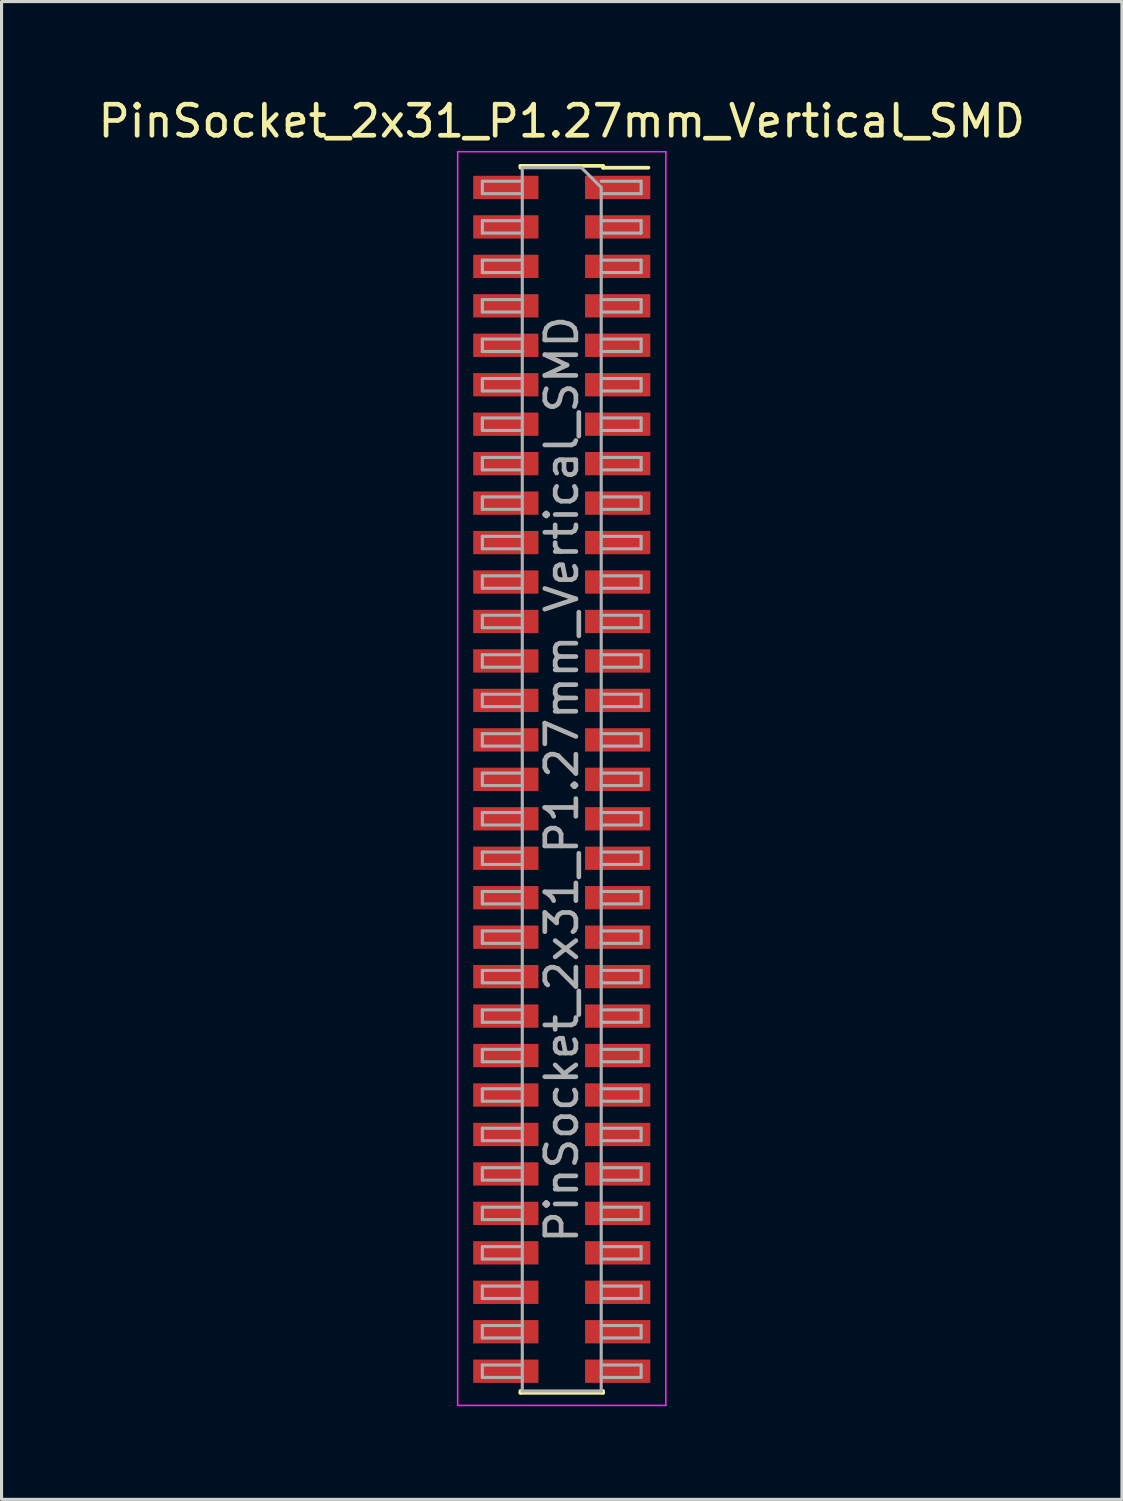
<source format=kicad_pcb>
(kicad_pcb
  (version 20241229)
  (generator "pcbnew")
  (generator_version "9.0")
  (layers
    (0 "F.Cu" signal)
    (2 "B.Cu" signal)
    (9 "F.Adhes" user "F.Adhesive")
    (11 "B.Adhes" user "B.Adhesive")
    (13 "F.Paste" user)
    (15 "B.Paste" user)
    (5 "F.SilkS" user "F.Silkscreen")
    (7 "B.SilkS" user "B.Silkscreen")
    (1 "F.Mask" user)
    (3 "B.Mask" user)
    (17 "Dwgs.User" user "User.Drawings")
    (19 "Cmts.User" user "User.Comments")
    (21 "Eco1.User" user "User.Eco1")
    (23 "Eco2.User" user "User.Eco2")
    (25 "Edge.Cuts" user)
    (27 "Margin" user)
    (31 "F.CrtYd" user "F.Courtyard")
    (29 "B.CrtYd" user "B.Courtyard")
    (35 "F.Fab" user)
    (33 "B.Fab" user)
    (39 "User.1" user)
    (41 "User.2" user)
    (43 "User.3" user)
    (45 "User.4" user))
  (footprint "PinSocket_2x31_P1.27mm_Vertical_SMD"
    (layer "F.Cu")
    (at 15.03 22.033)
    (property "Reference" "PinSocket_2x31_P1.27mm_Vertical_SMD" (at 0 -21.185 0) (layer "F.SilkS") (effects (font (size 1 1) (thickness 0.15))))
    (attr smd)
    (fp_line (start -1.33 -19.745) (end -1.33 -19.685) (stroke (width 0.12) (type solid)) (layer "F.SilkS"))
    (fp_line (start -1.33 -19.745) (end 1.33 -19.745) (stroke (width 0.12) (type solid)) (layer "F.SilkS"))
    (fp_line (start -1.33 19.685) (end -1.33 19.745) (stroke (width 0.12) (type solid)) (layer "F.SilkS"))
    (fp_line (start -1.33 19.745) (end 1.33 19.745) (stroke (width 0.12) (type solid)) (layer "F.SilkS"))
    (fp_line (start 1.33 -19.745) (end 1.33 -19.685) (stroke (width 0.12) (type solid)) (layer "F.SilkS"))
    (fp_line (start 1.33 -19.685) (end 2.79 -19.685) (stroke (width 0.12) (type solid)) (layer "F.SilkS"))
    (fp_line (start 1.33 19.685) (end 1.33 19.745) (stroke (width 0.12) (type solid)) (layer "F.SilkS"))
    (fp_line (start -3.35 -20.2) (end 3.35 -20.2) (stroke (width 0.05) (type solid)) (layer "F.CrtYd"))
    (fp_line (start -3.35 20.15) (end -3.35 -20.2) (stroke (width 0.05) (type solid)) (layer "F.CrtYd"))
    (fp_line (start 3.35 -20.2) (end 3.35 20.15) (stroke (width 0.05) (type solid)) (layer "F.CrtYd"))
    (fp_line (start 3.35 20.15) (end -3.35 20.15) (stroke (width 0.05) (type solid)) (layer "F.CrtYd"))
    (fp_line (start -2.555 -19.25) (end -1.27 -19.25) (stroke (width 0.1) (type solid)) (layer "F.Fab"))
    (fp_line (start -2.555 -18.85) (end -2.555 -19.25) (stroke (width 0.1) (type solid)) (layer "F.Fab"))
    (fp_line (start -2.555 -17.98) (end -1.27 -17.98) (stroke (width 0.1) (type solid)) (layer "F.Fab"))
    (fp_line (start -2.555 -17.58) (end -2.555 -17.98) (stroke (width 0.1) (type solid)) (layer "F.Fab"))
    (fp_line (start -2.555 -16.71) (end -1.27 -16.71) (stroke (width 0.1) (type solid)) (layer "F.Fab"))
    (fp_line (start -2.555 -16.31) (end -2.555 -16.71) (stroke (width 0.1) (type solid)) (layer "F.Fab"))
    (fp_line (start -2.555 -15.44) (end -1.27 -15.44) (stroke (width 0.1) (type solid)) (layer "F.Fab"))
    (fp_line (start -2.555 -15.04) (end -2.555 -15.44) (stroke (width 0.1) (type solid)) (layer "F.Fab"))
    (fp_line (start -2.555 -14.17) (end -1.27 -14.17) (stroke (width 0.1) (type solid)) (layer "F.Fab"))
    (fp_line (start -2.555 -13.77) (end -2.555 -14.17) (stroke (width 0.1) (type solid)) (layer "F.Fab"))
    (fp_line (start -2.555 -12.9) (end -1.27 -12.9) (stroke (width 0.1) (type solid)) (layer "F.Fab"))
    (fp_line (start -2.555 -12.5) (end -2.555 -12.9) (stroke (width 0.1) (type solid)) (layer "F.Fab"))
    (fp_line (start -2.555 -11.63) (end -1.27 -11.63) (stroke (width 0.1) (type solid)) (layer "F.Fab"))
    (fp_line (start -2.555 -11.23) (end -2.555 -11.63) (stroke (width 0.1) (type solid)) (layer "F.Fab"))
    (fp_line (start -2.555 -10.36) (end -1.27 -10.36) (stroke (width 0.1) (type solid)) (layer "F.Fab"))
    (fp_line (start -2.555 -9.96) (end -2.555 -10.36) (stroke (width 0.1) (type solid)) (layer "F.Fab"))
    (fp_line (start -2.555 -9.09) (end -1.27 -9.09) (stroke (width 0.1) (type solid)) (layer "F.Fab"))
    (fp_line (start -2.555 -8.69) (end -2.555 -9.09) (stroke (width 0.1) (type solid)) (layer "F.Fab"))
    (fp_line (start -2.555 -7.82) (end -1.27 -7.82) (stroke (width 0.1) (type solid)) (layer "F.Fab"))
    (fp_line (start -2.555 -7.42) (end -2.555 -7.82) (stroke (width 0.1) (type solid)) (layer "F.Fab"))
    (fp_line (start -2.555 -6.55) (end -1.27 -6.55) (stroke (width 0.1) (type solid)) (layer "F.Fab"))
    (fp_line (start -2.555 -6.15) (end -2.555 -6.55) (stroke (width 0.1) (type solid)) (layer "F.Fab"))
    (fp_line (start -2.555 -5.28) (end -1.27 -5.28) (stroke (width 0.1) (type solid)) (layer "F.Fab"))
    (fp_line (start -2.555 -4.88) (end -2.555 -5.28) (stroke (width 0.1) (type solid)) (layer "F.Fab"))
    (fp_line (start -2.555 -4.01) (end -1.27 -4.01) (stroke (width 0.1) (type solid)) (layer "F.Fab"))
    (fp_line (start -2.555 -3.61) (end -2.555 -4.01) (stroke (width 0.1) (type solid)) (layer "F.Fab"))
    (fp_line (start -2.555 -2.74) (end -1.27 -2.74) (stroke (width 0.1) (type solid)) (layer "F.Fab"))
    (fp_line (start -2.555 -2.34) (end -2.555 -2.74) (stroke (width 0.1) (type solid)) (layer "F.Fab"))
    (fp_line (start -2.555 -1.47) (end -1.27 -1.47) (stroke (width 0.1) (type solid)) (layer "F.Fab"))
    (fp_line (start -2.555 -1.07) (end -2.555 -1.47) (stroke (width 0.1) (type solid)) (layer "F.Fab"))
    (fp_line (start -2.555 -0.2) (end -1.27 -0.2) (stroke (width 0.1) (type solid)) (layer "F.Fab"))
    (fp_line (start -2.555 0.2) (end -2.555 -0.2) (stroke (width 0.1) (type solid)) (layer "F.Fab"))
    (fp_line (start -2.555 1.07) (end -1.27 1.07) (stroke (width 0.1) (type solid)) (layer "F.Fab"))
    (fp_line (start -2.555 1.47) (end -2.555 1.07) (stroke (width 0.1) (type solid)) (layer "F.Fab"))
    (fp_line (start -2.555 2.34) (end -1.27 2.34) (stroke (width 0.1) (type solid)) (layer "F.Fab"))
    (fp_line (start -2.555 2.74) (end -2.555 2.34) (stroke (width 0.1) (type solid)) (layer "F.Fab"))
    (fp_line (start -2.555 3.61) (end -1.27 3.61) (stroke (width 0.1) (type solid)) (layer "F.Fab"))
    (fp_line (start -2.555 4.01) (end -2.555 3.61) (stroke (width 0.1) (type solid)) (layer "F.Fab"))
    (fp_line (start -2.555 4.88) (end -1.27 4.88) (stroke (width 0.1) (type solid)) (layer "F.Fab"))
    (fp_line (start -2.555 5.28) (end -2.555 4.88) (stroke (width 0.1) (type solid)) (layer "F.Fab"))
    (fp_line (start -2.555 6.15) (end -1.27 6.15) (stroke (width 0.1) (type solid)) (layer "F.Fab"))
    (fp_line (start -2.555 6.55) (end -2.555 6.15) (stroke (width 0.1) (type solid)) (layer "F.Fab"))
    (fp_line (start -2.555 7.42) (end -1.27 7.42) (stroke (width 0.1) (type solid)) (layer "F.Fab"))
    (fp_line (start -2.555 7.82) (end -2.555 7.42) (stroke (width 0.1) (type solid)) (layer "F.Fab"))
    (fp_line (start -2.555 8.69) (end -1.27 8.69) (stroke (width 0.1) (type solid)) (layer "F.Fab"))
    (fp_line (start -2.555 9.09) (end -2.555 8.69) (stroke (width 0.1) (type solid)) (layer "F.Fab"))
    (fp_line (start -2.555 9.96) (end -1.27 9.96) (stroke (width 0.1) (type solid)) (layer "F.Fab"))
    (fp_line (start -2.555 10.36) (end -2.555 9.96) (stroke (width 0.1) (type solid)) (layer "F.Fab"))
    (fp_line (start -2.555 11.23) (end -1.27 11.23) (stroke (width 0.1) (type solid)) (layer "F.Fab"))
    (fp_line (start -2.555 11.63) (end -2.555 11.23) (stroke (width 0.1) (type solid)) (layer "F.Fab"))
    (fp_line (start -2.555 12.5) (end -1.27 12.5) (stroke (width 0.1) (type solid)) (layer "F.Fab"))
    (fp_line (start -2.555 12.9) (end -2.555 12.5) (stroke (width 0.1) (type solid)) (layer "F.Fab"))
    (fp_line (start -2.555 13.77) (end -1.27 13.77) (stroke (width 0.1) (type solid)) (layer "F.Fab"))
    (fp_line (start -2.555 14.17) (end -2.555 13.77) (stroke (width 0.1) (type solid)) (layer "F.Fab"))
    (fp_line (start -2.555 15.04) (end -1.27 15.04) (stroke (width 0.1) (type solid)) (layer "F.Fab"))
    (fp_line (start -2.555 15.44) (end -2.555 15.04) (stroke (width 0.1) (type solid)) (layer "F.Fab"))
    (fp_line (start -2.555 16.31) (end -1.27 16.31) (stroke (width 0.1) (type solid)) (layer "F.Fab"))
    (fp_line (start -2.555 16.71) (end -2.555 16.31) (stroke (width 0.1) (type solid)) (layer "F.Fab"))
    (fp_line (start -2.555 17.58) (end -1.27 17.58) (stroke (width 0.1) (type solid)) (layer "F.Fab"))
    (fp_line (start -2.555 17.98) (end -2.555 17.58) (stroke (width 0.1) (type solid)) (layer "F.Fab"))
    (fp_line (start -2.555 18.85) (end -1.27 18.85) (stroke (width 0.1) (type solid)) (layer "F.Fab"))
    (fp_line (start -2.555 19.25) (end -2.555 18.85) (stroke (width 0.1) (type solid)) (layer "F.Fab"))
    (fp_line (start -1.27 -19.685) (end 0.635 -19.685) (stroke (width 0.1) (type solid)) (layer "F.Fab"))
    (fp_line (start -1.27 -18.85) (end -2.555 -18.85) (stroke (width 0.1) (type solid)) (layer "F.Fab"))
    (fp_line (start -1.27 -17.58) (end -2.555 -17.58) (stroke (width 0.1) (type solid)) (layer "F.Fab"))
    (fp_line (start -1.27 -16.31) (end -2.555 -16.31) (stroke (width 0.1) (type solid)) (layer "F.Fab"))
    (fp_line (start -1.27 -15.04) (end -2.555 -15.04) (stroke (width 0.1) (type solid)) (layer "F.Fab"))
    (fp_line (start -1.27 -13.77) (end -2.555 -13.77) (stroke (width 0.1) (type solid)) (layer "F.Fab"))
    (fp_line (start -1.27 -12.5) (end -2.555 -12.5) (stroke (width 0.1) (type solid)) (layer "F.Fab"))
    (fp_line (start -1.27 -11.23) (end -2.555 -11.23) (stroke (width 0.1) (type solid)) (layer "F.Fab"))
    (fp_line (start -1.27 -9.96) (end -2.555 -9.96) (stroke (width 0.1) (type solid)) (layer "F.Fab"))
    (fp_line (start -1.27 -8.69) (end -2.555 -8.69) (stroke (width 0.1) (type solid)) (layer "F.Fab"))
    (fp_line (start -1.27 -7.42) (end -2.555 -7.42) (stroke (width 0.1) (type solid)) (layer "F.Fab"))
    (fp_line (start -1.27 -6.15) (end -2.555 -6.15) (stroke (width 0.1) (type solid)) (layer "F.Fab"))
    (fp_line (start -1.27 -4.88) (end -2.555 -4.88) (stroke (width 0.1) (type solid)) (layer "F.Fab"))
    (fp_line (start -1.27 -3.61) (end -2.555 -3.61) (stroke (width 0.1) (type solid)) (layer "F.Fab"))
    (fp_line (start -1.27 -2.34) (end -2.555 -2.34) (stroke (width 0.1) (type solid)) (layer "F.Fab"))
    (fp_line (start -1.27 -1.07) (end -2.555 -1.07) (stroke (width 0.1) (type solid)) (layer "F.Fab"))
    (fp_line (start -1.27 0.2) (end -2.555 0.2) (stroke (width 0.1) (type solid)) (layer "F.Fab"))
    (fp_line (start -1.27 1.47) (end -2.555 1.47) (stroke (width 0.1) (type solid)) (layer "F.Fab"))
    (fp_line (start -1.27 2.74) (end -2.555 2.74) (stroke (width 0.1) (type solid)) (layer "F.Fab"))
    (fp_line (start -1.27 4.01) (end -2.555 4.01) (stroke (width 0.1) (type solid)) (layer "F.Fab"))
    (fp_line (start -1.27 5.28) (end -2.555 5.28) (stroke (width 0.1) (type solid)) (layer "F.Fab"))
    (fp_line (start -1.27 6.55) (end -2.555 6.55) (stroke (width 0.1) (type solid)) (layer "F.Fab"))
    (fp_line (start -1.27 7.82) (end -2.555 7.82) (stroke (width 0.1) (type solid)) (layer "F.Fab"))
    (fp_line (start -1.27 9.09) (end -2.555 9.09) (stroke (width 0.1) (type solid)) (layer "F.Fab"))
    (fp_line (start -1.27 10.36) (end -2.555 10.36) (stroke (width 0.1) (type solid)) (layer "F.Fab"))
    (fp_line (start -1.27 11.63) (end -2.555 11.63) (stroke (width 0.1) (type solid)) (layer "F.Fab"))
    (fp_line (start -1.27 12.9) (end -2.555 12.9) (stroke (width 0.1) (type solid)) (layer "F.Fab"))
    (fp_line (start -1.27 14.17) (end -2.555 14.17) (stroke (width 0.1) (type solid)) (layer "F.Fab"))
    (fp_line (start -1.27 15.44) (end -2.555 15.44) (stroke (width 0.1) (type solid)) (layer "F.Fab"))
    (fp_line (start -1.27 16.71) (end -2.555 16.71) (stroke (width 0.1) (type solid)) (layer "F.Fab"))
    (fp_line (start -1.27 17.98) (end -2.555 17.98) (stroke (width 0.1) (type solid)) (layer "F.Fab"))
    (fp_line (start -1.27 19.25) (end -2.555 19.25) (stroke (width 0.1) (type solid)) (layer "F.Fab"))
    (fp_line (start -1.27 19.685) (end -1.27 -19.685) (stroke (width 0.1) (type solid)) (layer "F.Fab"))
    (fp_line (start 0.635 -19.685) (end 1.27 -19.05) (stroke (width 0.1) (type solid)) (layer "F.Fab"))
    (fp_line (start 1.27 -19.25) (end 2.555 -19.25) (stroke (width 0.1) (type solid)) (layer "F.Fab"))
    (fp_line (start 1.27 -19.05) (end 1.27 19.685) (stroke (width 0.1) (type solid)) (layer "F.Fab"))
    (fp_line (start 1.27 -17.98) (end 2.555 -17.98) (stroke (width 0.1) (type solid)) (layer "F.Fab"))
    (fp_line (start 1.27 -16.71) (end 2.555 -16.71) (stroke (width 0.1) (type solid)) (layer "F.Fab"))
    (fp_line (start 1.27 -15.44) (end 2.555 -15.44) (stroke (width 0.1) (type solid)) (layer "F.Fab"))
    (fp_line (start 1.27 -14.17) (end 2.555 -14.17) (stroke (width 0.1) (type solid)) (layer "F.Fab"))
    (fp_line (start 1.27 -12.9) (end 2.555 -12.9) (stroke (width 0.1) (type solid)) (layer "F.Fab"))
    (fp_line (start 1.27 -11.63) (end 2.555 -11.63) (stroke (width 0.1) (type solid)) (layer "F.Fab"))
    (fp_line (start 1.27 -10.36) (end 2.555 -10.36) (stroke (width 0.1) (type solid)) (layer "F.Fab"))
    (fp_line (start 1.27 -9.09) (end 2.555 -9.09) (stroke (width 0.1) (type solid)) (layer "F.Fab"))
    (fp_line (start 1.27 -7.82) (end 2.555 -7.82) (stroke (width 0.1) (type solid)) (layer "F.Fab"))
    (fp_line (start 1.27 -6.55) (end 2.555 -6.55) (stroke (width 0.1) (type solid)) (layer "F.Fab"))
    (fp_line (start 1.27 -5.28) (end 2.555 -5.28) (stroke (width 0.1) (type solid)) (layer "F.Fab"))
    (fp_line (start 1.27 -4.01) (end 2.555 -4.01) (stroke (width 0.1) (type solid)) (layer "F.Fab"))
    (fp_line (start 1.27 -2.74) (end 2.555 -2.74) (stroke (width 0.1) (type solid)) (layer "F.Fab"))
    (fp_line (start 1.27 -1.47) (end 2.555 -1.47) (stroke (width 0.1) (type solid)) (layer "F.Fab"))
    (fp_line (start 1.27 -0.2) (end 2.555 -0.2) (stroke (width 0.1) (type solid)) (layer "F.Fab"))
    (fp_line (start 1.27 1.07) (end 2.555 1.07) (stroke (width 0.1) (type solid)) (layer "F.Fab"))
    (fp_line (start 1.27 2.34) (end 2.555 2.34) (stroke (width 0.1) (type solid)) (layer "F.Fab"))
    (fp_line (start 1.27 3.61) (end 2.555 3.61) (stroke (width 0.1) (type solid)) (layer "F.Fab"))
    (fp_line (start 1.27 4.88) (end 2.555 4.88) (stroke (width 0.1) (type solid)) (layer "F.Fab"))
    (fp_line (start 1.27 6.15) (end 2.555 6.15) (stroke (width 0.1) (type solid)) (layer "F.Fab"))
    (fp_line (start 1.27 7.42) (end 2.555 7.42) (stroke (width 0.1) (type solid)) (layer "F.Fab"))
    (fp_line (start 1.27 8.69) (end 2.555 8.69) (stroke (width 0.1) (type solid)) (layer "F.Fab"))
    (fp_line (start 1.27 9.96) (end 2.555 9.96) (stroke (width 0.1) (type solid)) (layer "F.Fab"))
    (fp_line (start 1.27 11.23) (end 2.555 11.23) (stroke (width 0.1) (type solid)) (layer "F.Fab"))
    (fp_line (start 1.27 12.5) (end 2.555 12.5) (stroke (width 0.1) (type solid)) (layer "F.Fab"))
    (fp_line (start 1.27 13.77) (end 2.555 13.77) (stroke (width 0.1) (type solid)) (layer "F.Fab"))
    (fp_line (start 1.27 15.04) (end 2.555 15.04) (stroke (width 0.1) (type solid)) (layer "F.Fab"))
    (fp_line (start 1.27 16.31) (end 2.555 16.31) (stroke (width 0.1) (type solid)) (layer "F.Fab"))
    (fp_line (start 1.27 17.58) (end 2.555 17.58) (stroke (width 0.1) (type solid)) (layer "F.Fab"))
    (fp_line (start 1.27 18.85) (end 2.555 18.85) (stroke (width 0.1) (type solid)) (layer "F.Fab"))
    (fp_line (start 1.27 19.685) (end -1.27 19.685) (stroke (width 0.1) (type solid)) (layer "F.Fab"))
    (fp_line (start 2.555 -19.25) (end 2.555 -18.85) (stroke (width 0.1) (type solid)) (layer "F.Fab"))
    (fp_line (start 2.555 -18.85) (end 1.27 -18.85) (stroke (width 0.1) (type solid)) (layer "F.Fab"))
    (fp_line (start 2.555 -17.98) (end 2.555 -17.58) (stroke (width 0.1) (type solid)) (layer "F.Fab"))
    (fp_line (start 2.555 -17.58) (end 1.27 -17.58) (stroke (width 0.1) (type solid)) (layer "F.Fab"))
    (fp_line (start 2.555 -16.71) (end 2.555 -16.31) (stroke (width 0.1) (type solid)) (layer "F.Fab"))
    (fp_line (start 2.555 -16.31) (end 1.27 -16.31) (stroke (width 0.1) (type solid)) (layer "F.Fab"))
    (fp_line (start 2.555 -15.44) (end 2.555 -15.04) (stroke (width 0.1) (type solid)) (layer "F.Fab"))
    (fp_line (start 2.555 -15.04) (end 1.27 -15.04) (stroke (width 0.1) (type solid)) (layer "F.Fab"))
    (fp_line (start 2.555 -14.17) (end 2.555 -13.77) (stroke (width 0.1) (type solid)) (layer "F.Fab"))
    (fp_line (start 2.555 -13.77) (end 1.27 -13.77) (stroke (width 0.1) (type solid)) (layer "F.Fab"))
    (fp_line (start 2.555 -12.9) (end 2.555 -12.5) (stroke (width 0.1) (type solid)) (layer "F.Fab"))
    (fp_line (start 2.555 -12.5) (end 1.27 -12.5) (stroke (width 0.1) (type solid)) (layer "F.Fab"))
    (fp_line (start 2.555 -11.63) (end 2.555 -11.23) (stroke (width 0.1) (type solid)) (layer "F.Fab"))
    (fp_line (start 2.555 -11.23) (end 1.27 -11.23) (stroke (width 0.1) (type solid)) (layer "F.Fab"))
    (fp_line (start 2.555 -10.36) (end 2.555 -9.96) (stroke (width 0.1) (type solid)) (layer "F.Fab"))
    (fp_line (start 2.555 -9.96) (end 1.27 -9.96) (stroke (width 0.1) (type solid)) (layer "F.Fab"))
    (fp_line (start 2.555 -9.09) (end 2.555 -8.69) (stroke (width 0.1) (type solid)) (layer "F.Fab"))
    (fp_line (start 2.555 -8.69) (end 1.27 -8.69) (stroke (width 0.1) (type solid)) (layer "F.Fab"))
    (fp_line (start 2.555 -7.82) (end 2.555 -7.42) (stroke (width 0.1) (type solid)) (layer "F.Fab"))
    (fp_line (start 2.555 -7.42) (end 1.27 -7.42) (stroke (width 0.1) (type solid)) (layer "F.Fab"))
    (fp_line (start 2.555 -6.55) (end 2.555 -6.15) (stroke (width 0.1) (type solid)) (layer "F.Fab"))
    (fp_line (start 2.555 -6.15) (end 1.27 -6.15) (stroke (width 0.1) (type solid)) (layer "F.Fab"))
    (fp_line (start 2.555 -5.28) (end 2.555 -4.88) (stroke (width 0.1) (type solid)) (layer "F.Fab"))
    (fp_line (start 2.555 -4.88) (end 1.27 -4.88) (stroke (width 0.1) (type solid)) (layer "F.Fab"))
    (fp_line (start 2.555 -4.01) (end 2.555 -3.61) (stroke (width 0.1) (type solid)) (layer "F.Fab"))
    (fp_line (start 2.555 -3.61) (end 1.27 -3.61) (stroke (width 0.1) (type solid)) (layer "F.Fab"))
    (fp_line (start 2.555 -2.74) (end 2.555 -2.34) (stroke (width 0.1) (type solid)) (layer "F.Fab"))
    (fp_line (start 2.555 -2.34) (end 1.27 -2.34) (stroke (width 0.1) (type solid)) (layer "F.Fab"))
    (fp_line (start 2.555 -1.47) (end 2.555 -1.07) (stroke (width 0.1) (type solid)) (layer "F.Fab"))
    (fp_line (start 2.555 -1.07) (end 1.27 -1.07) (stroke (width 0.1) (type solid)) (layer "F.Fab"))
    (fp_line (start 2.555 -0.2) (end 2.555 0.2) (stroke (width 0.1) (type solid)) (layer "F.Fab"))
    (fp_line (start 2.555 0.2) (end 1.27 0.2) (stroke (width 0.1) (type solid)) (layer "F.Fab"))
    (fp_line (start 2.555 1.07) (end 2.555 1.47) (stroke (width 0.1) (type solid)) (layer "F.Fab"))
    (fp_line (start 2.555 1.47) (end 1.27 1.47) (stroke (width 0.1) (type solid)) (layer "F.Fab"))
    (fp_line (start 2.555 2.34) (end 2.555 2.74) (stroke (width 0.1) (type solid)) (layer "F.Fab"))
    (fp_line (start 2.555 2.74) (end 1.27 2.74) (stroke (width 0.1) (type solid)) (layer "F.Fab"))
    (fp_line (start 2.555 3.61) (end 2.555 4.01) (stroke (width 0.1) (type solid)) (layer "F.Fab"))
    (fp_line (start 2.555 4.01) (end 1.27 4.01) (stroke (width 0.1) (type solid)) (layer "F.Fab"))
    (fp_line (start 2.555 4.88) (end 2.555 5.28) (stroke (width 0.1) (type solid)) (layer "F.Fab"))
    (fp_line (start 2.555 5.28) (end 1.27 5.28) (stroke (width 0.1) (type solid)) (layer "F.Fab"))
    (fp_line (start 2.555 6.15) (end 2.555 6.55) (stroke (width 0.1) (type solid)) (layer "F.Fab"))
    (fp_line (start 2.555 6.55) (end 1.27 6.55) (stroke (width 0.1) (type solid)) (layer "F.Fab"))
    (fp_line (start 2.555 7.42) (end 2.555 7.82) (stroke (width 0.1) (type solid)) (layer "F.Fab"))
    (fp_line (start 2.555 7.82) (end 1.27 7.82) (stroke (width 0.1) (type solid)) (layer "F.Fab"))
    (fp_line (start 2.555 8.69) (end 2.555 9.09) (stroke (width 0.1) (type solid)) (layer "F.Fab"))
    (fp_line (start 2.555 9.09) (end 1.27 9.09) (stroke (width 0.1) (type solid)) (layer "F.Fab"))
    (fp_line (start 2.555 9.96) (end 2.555 10.36) (stroke (width 0.1) (type solid)) (layer "F.Fab"))
    (fp_line (start 2.555 10.36) (end 1.27 10.36) (stroke (width 0.1) (type solid)) (layer "F.Fab"))
    (fp_line (start 2.555 11.23) (end 2.555 11.63) (stroke (width 0.1) (type solid)) (layer "F.Fab"))
    (fp_line (start 2.555 11.63) (end 1.27 11.63) (stroke (width 0.1) (type solid)) (layer "F.Fab"))
    (fp_line (start 2.555 12.5) (end 2.555 12.9) (stroke (width 0.1) (type solid)) (layer "F.Fab"))
    (fp_line (start 2.555 12.9) (end 1.27 12.9) (stroke (width 0.1) (type solid)) (layer "F.Fab"))
    (fp_line (start 2.555 13.77) (end 2.555 14.17) (stroke (width 0.1) (type solid)) (layer "F.Fab"))
    (fp_line (start 2.555 14.17) (end 1.27 14.17) (stroke (width 0.1) (type solid)) (layer "F.Fab"))
    (fp_line (start 2.555 15.04) (end 2.555 15.44) (stroke (width 0.1) (type solid)) (layer "F.Fab"))
    (fp_line (start 2.555 15.44) (end 1.27 15.44) (stroke (width 0.1) (type solid)) (layer "F.Fab"))
    (fp_line (start 2.555 16.31) (end 2.555 16.71) (stroke (width 0.1) (type solid)) (layer "F.Fab"))
    (fp_line (start 2.555 16.71) (end 1.27 16.71) (stroke (width 0.1) (type solid)) (layer "F.Fab"))
    (fp_line (start 2.555 17.58) (end 2.555 17.98) (stroke (width 0.1) (type solid)) (layer "F.Fab"))
    (fp_line (start 2.555 17.98) (end 1.27 17.98) (stroke (width 0.1) (type solid)) (layer "F.Fab"))
    (fp_line (start 2.555 18.85) (end 2.555 19.25) (stroke (width 0.1) (type solid)) (layer "F.Fab"))
    (fp_line (start 2.555 19.25) (end 1.27 19.25) (stroke (width 0.1) (type solid)) (layer "F.Fab"))
    (fp_text user "${REFERENCE}" (at 0 0 90) (layer "F.Fab") (effects (font (size 1 1) (thickness 0.15))))
    (pad "1" smd rect (at 1.8 -19.05) (size 2.1 0.75) (layers "F.Cu" "F.Mask" "F.Paste"))
    (pad "2" smd rect (at -1.8 -19.05) (size 2.1 0.75) (layers "F.Cu" "F.Mask" "F.Paste"))
    (pad "3" smd rect (at 1.8 -17.78) (size 2.1 0.75) (layers "F.Cu" "F.Mask" "F.Paste"))
    (pad "4" smd rect (at -1.8 -17.78) (size 2.1 0.75) (layers "F.Cu" "F.Mask" "F.Paste"))
    (pad "5" smd rect (at 1.8 -16.51) (size 2.1 0.75) (layers "F.Cu" "F.Mask" "F.Paste"))
    (pad "6" smd rect (at -1.8 -16.51) (size 2.1 0.75) (layers "F.Cu" "F.Mask" "F.Paste"))
    (pad "7" smd rect (at 1.8 -15.24) (size 2.1 0.75) (layers "F.Cu" "F.Mask" "F.Paste"))
    (pad "8" smd rect (at -1.8 -15.24) (size 2.1 0.75) (layers "F.Cu" "F.Mask" "F.Paste"))
    (pad "9" smd rect (at 1.8 -13.97) (size 2.1 0.75) (layers "F.Cu" "F.Mask" "F.Paste"))
    (pad "10" smd rect (at -1.8 -13.97) (size 2.1 0.75) (layers "F.Cu" "F.Mask" "F.Paste"))
    (pad "11" smd rect (at 1.8 -12.7) (size 2.1 0.75) (layers "F.Cu" "F.Mask" "F.Paste"))
    (pad "12" smd rect (at -1.8 -12.7) (size 2.1 0.75) (layers "F.Cu" "F.Mask" "F.Paste"))
    (pad "13" smd rect (at 1.8 -11.43) (size 2.1 0.75) (layers "F.Cu" "F.Mask" "F.Paste"))
    (pad "14" smd rect (at -1.8 -11.43) (size 2.1 0.75) (layers "F.Cu" "F.Mask" "F.Paste"))
    (pad "15" smd rect (at 1.8 -10.16) (size 2.1 0.75) (layers "F.Cu" "F.Mask" "F.Paste"))
    (pad "16" smd rect (at -1.8 -10.16) (size 2.1 0.75) (layers "F.Cu" "F.Mask" "F.Paste"))
    (pad "17" smd rect (at 1.8 -8.89) (size 2.1 0.75) (layers "F.Cu" "F.Mask" "F.Paste"))
    (pad "18" smd rect (at -1.8 -8.89) (size 2.1 0.75) (layers "F.Cu" "F.Mask" "F.Paste"))
    (pad "19" smd rect (at 1.8 -7.62) (size 2.1 0.75) (layers "F.Cu" "F.Mask" "F.Paste"))
    (pad "20" smd rect (at -1.8 -7.62) (size 2.1 0.75) (layers "F.Cu" "F.Mask" "F.Paste"))
    (pad "21" smd rect (at 1.8 -6.35) (size 2.1 0.75) (layers "F.Cu" "F.Mask" "F.Paste"))
    (pad "22" smd rect (at -1.8 -6.35) (size 2.1 0.75) (layers "F.Cu" "F.Mask" "F.Paste"))
    (pad "23" smd rect (at 1.8 -5.08) (size 2.1 0.75) (layers "F.Cu" "F.Mask" "F.Paste"))
    (pad "24" smd rect (at -1.8 -5.08) (size 2.1 0.75) (layers "F.Cu" "F.Mask" "F.Paste"))
    (pad "25" smd rect (at 1.8 -3.81) (size 2.1 0.75) (layers "F.Cu" "F.Mask" "F.Paste"))
    (pad "26" smd rect (at -1.8 -3.81) (size 2.1 0.75) (layers "F.Cu" "F.Mask" "F.Paste"))
    (pad "27" smd rect (at 1.8 -2.54) (size 2.1 0.75) (layers "F.Cu" "F.Mask" "F.Paste"))
    (pad "28" smd rect (at -1.8 -2.54) (size 2.1 0.75) (layers "F.Cu" "F.Mask" "F.Paste"))
    (pad "29" smd rect (at 1.8 -1.27) (size 2.1 0.75) (layers "F.Cu" "F.Mask" "F.Paste"))
    (pad "30" smd rect (at -1.8 -1.27) (size 2.1 0.75) (layers "F.Cu" "F.Mask" "F.Paste"))
    (pad "31" smd rect (at 1.8 0) (size 2.1 0.75) (layers "F.Cu" "F.Mask" "F.Paste"))
    (pad "32" smd rect (at -1.8 0) (size 2.1 0.75) (layers "F.Cu" "F.Mask" "F.Paste"))
    (pad "33" smd rect (at 1.8 1.27) (size 2.1 0.75) (layers "F.Cu" "F.Mask" "F.Paste"))
    (pad "34" smd rect (at -1.8 1.27) (size 2.1 0.75) (layers "F.Cu" "F.Mask" "F.Paste"))
    (pad "35" smd rect (at 1.8 2.54) (size 2.1 0.75) (layers "F.Cu" "F.Mask" "F.Paste"))
    (pad "36" smd rect (at -1.8 2.54) (size 2.1 0.75) (layers "F.Cu" "F.Mask" "F.Paste"))
    (pad "37" smd rect (at 1.8 3.81) (size 2.1 0.75) (layers "F.Cu" "F.Mask" "F.Paste"))
    (pad "38" smd rect (at -1.8 3.81) (size 2.1 0.75) (layers "F.Cu" "F.Mask" "F.Paste"))
    (pad "39" smd rect (at 1.8 5.08) (size 2.1 0.75) (layers "F.Cu" "F.Mask" "F.Paste"))
    (pad "40" smd rect (at -1.8 5.08) (size 2.1 0.75) (layers "F.Cu" "F.Mask" "F.Paste"))
    (pad "41" smd rect (at 1.8 6.35) (size 2.1 0.75) (layers "F.Cu" "F.Mask" "F.Paste"))
    (pad "42" smd rect (at -1.8 6.35) (size 2.1 0.75) (layers "F.Cu" "F.Mask" "F.Paste"))
    (pad "43" smd rect (at 1.8 7.62) (size 2.1 0.75) (layers "F.Cu" "F.Mask" "F.Paste"))
    (pad "44" smd rect (at -1.8 7.62) (size 2.1 0.75) (layers "F.Cu" "F.Mask" "F.Paste"))
    (pad "45" smd rect (at 1.8 8.89) (size 2.1 0.75) (layers "F.Cu" "F.Mask" "F.Paste"))
    (pad "46" smd rect (at -1.8 8.89) (size 2.1 0.75) (layers "F.Cu" "F.Mask" "F.Paste"))
    (pad "47" smd rect (at 1.8 10.16) (size 2.1 0.75) (layers "F.Cu" "F.Mask" "F.Paste"))
    (pad "48" smd rect (at -1.8 10.16) (size 2.1 0.75) (layers "F.Cu" "F.Mask" "F.Paste"))
    (pad "49" smd rect (at 1.8 11.43) (size 2.1 0.75) (layers "F.Cu" "F.Mask" "F.Paste"))
    (pad "50" smd rect (at -1.8 11.43) (size 2.1 0.75) (layers "F.Cu" "F.Mask" "F.Paste"))
    (pad "51" smd rect (at 1.8 12.7) (size 2.1 0.75) (layers "F.Cu" "F.Mask" "F.Paste"))
    (pad "52" smd rect (at -1.8 12.7) (size 2.1 0.75) (layers "F.Cu" "F.Mask" "F.Paste"))
    (pad "53" smd rect (at 1.8 13.97) (size 2.1 0.75) (layers "F.Cu" "F.Mask" "F.Paste"))
    (pad "54" smd rect (at -1.8 13.97) (size 2.1 0.75) (layers "F.Cu" "F.Mask" "F.Paste"))
    (pad "55" smd rect (at 1.8 15.24) (size 2.1 0.75) (layers "F.Cu" "F.Mask" "F.Paste"))
    (pad "56" smd rect (at -1.8 15.24) (size 2.1 0.75) (layers "F.Cu" "F.Mask" "F.Paste"))
    (pad "57" smd rect (at 1.8 16.51) (size 2.1 0.75) (layers "F.Cu" "F.Mask" "F.Paste"))
    (pad "58" smd rect (at -1.8 16.51) (size 2.1 0.75) (layers "F.Cu" "F.Mask" "F.Paste"))
    (pad "59" smd rect (at 1.8 17.78) (size 2.1 0.75) (layers "F.Cu" "F.Mask" "F.Paste"))
    (pad "60" smd rect (at -1.8 17.78) (size 2.1 0.75) (layers "F.Cu" "F.Mask" "F.Paste"))
    (pad "61" smd rect (at 1.8 19.05) (size 2.1 0.75) (layers "F.Cu" "F.Mask" "F.Paste"))
    (pad "62" smd rect (at -1.8 19.05) (size 2.1 0.75) (layers "F.Cu" "F.Mask" "F.Paste")))
  (gr_rect
    (start -3 -3)
    (end 33.06 45.208)
    (stroke (width 0.1) (type default))
    (fill no)
    (layer "Edge.Cuts")))
</source>
